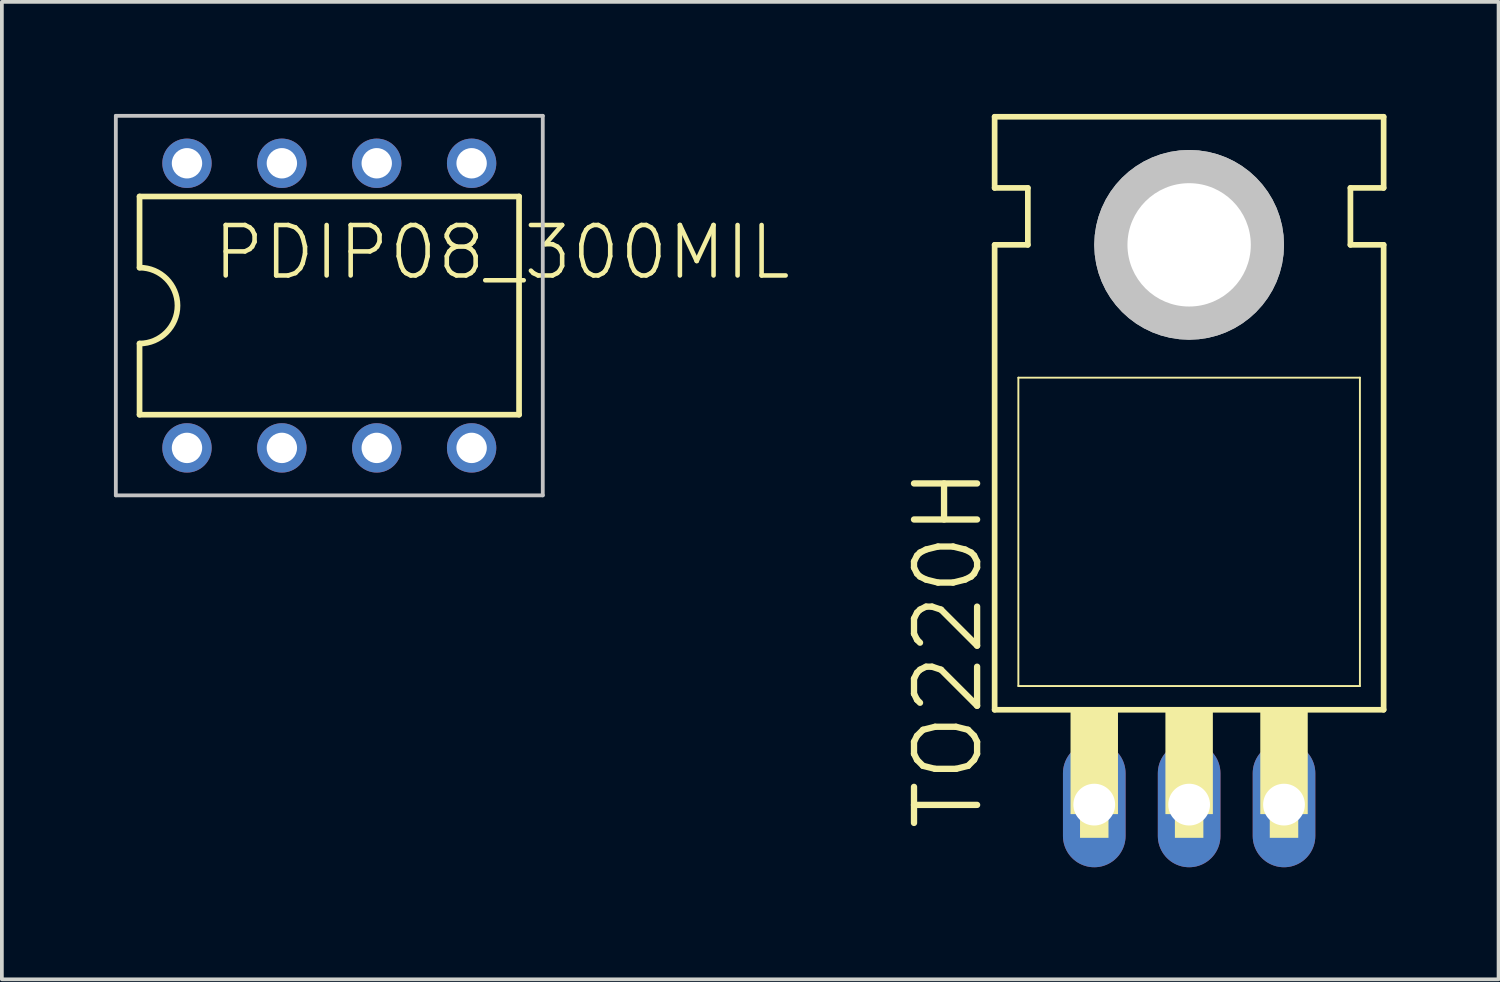
<source format=kicad_pcb>
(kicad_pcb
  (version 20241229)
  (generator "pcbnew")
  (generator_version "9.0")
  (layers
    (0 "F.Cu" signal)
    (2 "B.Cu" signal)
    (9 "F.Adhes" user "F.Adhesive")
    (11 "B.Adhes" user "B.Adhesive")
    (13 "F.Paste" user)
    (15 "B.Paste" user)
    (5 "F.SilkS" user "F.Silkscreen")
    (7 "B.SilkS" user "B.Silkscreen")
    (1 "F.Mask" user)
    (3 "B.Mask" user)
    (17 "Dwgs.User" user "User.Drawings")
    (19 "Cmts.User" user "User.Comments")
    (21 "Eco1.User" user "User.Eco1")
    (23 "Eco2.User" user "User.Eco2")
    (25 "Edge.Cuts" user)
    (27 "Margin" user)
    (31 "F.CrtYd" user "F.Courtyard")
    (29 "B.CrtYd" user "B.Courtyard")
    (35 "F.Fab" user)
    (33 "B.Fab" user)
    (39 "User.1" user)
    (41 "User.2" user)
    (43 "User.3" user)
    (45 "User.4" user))
  (footprint "PDIP08_300MIL"
    (layer "F.Cu")
    (at 5.766 5.131)
    (property "Reference" "PDIP08_300MIL" (at -3.175 -0.635 180) (layer "F.SilkS") (effects (font (size 1.351 1.351) (thickness 0.122)) (justify left bottom)))
    (attr through_hole)
    (fp_line (start -5.08 -2.921) (end -5.08 -1.016) (stroke (width 0.152) (type solid)) (layer "F.SilkS"))
    (fp_line (start -5.08 2.921) (end -5.08 1.016) (stroke (width 0.152) (type solid)) (layer "F.SilkS"))
    (fp_line (start -5.08 2.921) (end 5.08 2.921) (stroke (width 0.152) (type solid)) (layer "F.SilkS"))
    (fp_line (start 5.08 -2.921) (end -5.08 -2.921) (stroke (width 0.152) (type solid)) (layer "F.SilkS"))
    (fp_line (start 5.08 -2.921) (end 5.08 2.921) (stroke (width 0.152) (type solid)) (layer "F.SilkS"))
    (fp_arc (start -5.08 -1.016) (mid -4.064 0) (end -5.08 1.016) (stroke (width 0.1524) (type solid)) (layer "F.SilkS"))
    (fp_line (start -5.715 -5.08) (end 5.715 -5.08) (stroke (width 0.102) (type solid)) (layer "Dwgs.User"))
    (fp_line (start -5.715 5.08) (end -5.715 -5.08) (stroke (width 0.102) (type solid)) (layer "Dwgs.User"))
    (fp_line (start 5.715 -5.08) (end 5.715 5.08) (stroke (width 0.102) (type solid)) (layer "Dwgs.User"))
    (fp_line (start 5.715 5.08) (end -5.715 5.08) (stroke (width 0.102) (type solid)) (layer "Dwgs.User"))
    (pad "1" thru_hole circle (at -3.81 3.81 90) (size 1.321 1.321) (drill 0.813) (layers "*.Cu" "*.Mask"))
    (pad "2" thru_hole circle (at -1.27 3.81 90) (size 1.321 1.321) (drill 0.813) (layers "*.Cu" "*.Mask"))
    (pad "3" thru_hole circle (at 1.27 3.81 90) (size 1.321 1.321) (drill 0.813) (layers "*.Cu" "*.Mask"))
    (pad "4" thru_hole circle (at 3.81 3.81 90) (size 1.321 1.321) (drill 0.813) (layers "*.Cu" "*.Mask"))
    (pad "5" thru_hole circle (at 3.81 -3.81 90) (size 1.321 1.321) (drill 0.813) (layers "*.Cu" "*.Mask"))
    (pad "6" thru_hole circle (at 1.27 -3.81 90) (size 1.321 1.321) (drill 0.813) (layers "*.Cu" "*.Mask"))
    (pad "7" thru_hole circle (at -1.27 -3.81 90) (size 1.321 1.321) (drill 0.813) (layers "*.Cu" "*.Mask"))
    (pad "8" thru_hole circle (at -3.81 -3.81 90) (size 1.321 1.321) (drill 0.813) (layers "*.Cu" "*.Mask")))
  (footprint "TO220H"
    (layer "F.Cu")
    (at 28.785 8.331)
    (property "Reference" "TO220H" (at -5.461 10.922 270) (layer "F.SilkS") (effects (font (size 1.689 1.689) (thickness 0.169)) (justify left bottom)))
    (attr through_hole)
    (fp_line (start -5.207 -6.35) (end -5.207 -8.255) (stroke (width 0.152) (type solid)) (layer "F.SilkS"))
    (fp_line (start -5.207 -4.826) (end -4.318 -4.826) (stroke (width 0.152) (type solid)) (layer "F.SilkS"))
    (fp_line (start -5.207 7.62) (end -5.207 -4.826) (stroke (width 0.152) (type solid)) (layer "F.SilkS"))
    (fp_line (start -5.207 7.62) (end 5.207 7.62) (stroke (width 0.152) (type solid)) (layer "F.SilkS"))
    (fp_line (start -4.572 6.985) (end -4.572 -1.27) (stroke (width 0.051) (type solid)) (layer "F.SilkS"))
    (fp_line (start -4.572 6.985) (end 4.572 6.985) (stroke (width 0.051) (type solid)) (layer "F.SilkS"))
    (fp_line (start -4.318 -6.35) (end -5.207 -6.35) (stroke (width 0.152) (type solid)) (layer "F.SilkS"))
    (fp_line (start -4.318 -4.826) (end -4.318 -6.35) (stroke (width 0.152) (type solid)) (layer "F.SilkS"))
    (fp_line (start 4.318 -6.35) (end 5.207 -6.35) (stroke (width 0.152) (type solid)) (layer "F.SilkS"))
    (fp_line (start 4.318 -4.826) (end 4.318 -6.35) (stroke (width 0.152) (type solid)) (layer "F.SilkS"))
    (fp_line (start 4.572 -1.27) (end -4.572 -1.27) (stroke (width 0.051) (type solid)) (layer "F.SilkS"))
    (fp_line (start 4.572 -1.27) (end 4.572 6.985) (stroke (width 0.051) (type solid)) (layer "F.SilkS"))
    (fp_line (start 5.207 -8.255) (end -5.207 -8.255) (stroke (width 0.152) (type solid)) (layer "F.SilkS"))
    (fp_line (start 5.207 -6.35) (end 5.207 -8.255) (stroke (width 0.152) (type solid)) (layer "F.SilkS"))
    (fp_line (start 5.207 -4.826) (end 4.318 -4.826) (stroke (width 0.152) (type solid)) (layer "F.SilkS"))
    (fp_line (start 5.207 7.62) (end 5.207 -4.826) (stroke (width 0.152) (type solid)) (layer "F.SilkS"))
    (fp_circle (center 0 -4.826) (end 1.803 -4.826) (stroke (width 0.152) (type solid)) (fill no) (layer "F.SilkS"))
    (fp_poly (pts (xy -3.175 10.414) (xy -1.905 10.414) (xy -1.905 7.62) (xy -3.175 7.62)) (stroke (width 0) (type solid)) (fill yes) (layer "F.SilkS"))
    (fp_poly (pts (xy -2.921 11.049) (xy -2.159 11.049) (xy -2.159 10.414) (xy -2.921 10.414)) (stroke (width 0) (type solid)) (fill yes) (layer "F.SilkS"))
    (fp_poly (pts (xy -0.635 10.414) (xy 0.635 10.414) (xy 0.635 7.62) (xy -0.635 7.62)) (stroke (width 0) (type solid)) (fill yes) (layer "F.SilkS"))
    (fp_poly (pts (xy -0.381 11.049) (xy 0.381 11.049) (xy 0.381 10.414) (xy -0.381 10.414)) (stroke (width 0) (type solid)) (fill yes) (layer "F.SilkS"))
    (fp_poly (pts (xy 1.905 10.414) (xy 3.175 10.414) (xy 3.175 7.62) (xy 1.905 7.62)) (stroke (width 0) (type solid)) (fill yes) (layer "F.SilkS"))
    (fp_poly (pts (xy 2.159 11.049) (xy 2.921 11.049) (xy 2.921 10.414) (xy 2.159 10.414)) (stroke (width 0) (type solid)) (fill yes) (layer "F.SilkS"))
    (fp_circle (center 0 -4.826) (end 1.27 -4.826) (stroke (width 2.54) (type solid)) (fill no) (layer "Dwgs.User"))
    (fp_circle (center 0 -4.826) (end 1.27 -4.826) (stroke (width 2.54) (type solid)) (fill no) (layer "Dwgs.User"))
    (pad "" np_thru_hole circle (at 0 -4.826) (size 3.302 3.302) (drill 3.302) (layers "*.Cu" "*.Mask"))
    (pad "1" thru_hole oval (at -2.54 10.16 90) (size 3.353 1.676) (drill 1.118) (layers "*.Cu" "*.Mask"))
    (pad "2" thru_hole oval (at 0 10.16 90) (size 3.353 1.676) (drill 1.118) (layers "*.Cu" "*.Mask"))
    (pad "3" thru_hole oval (at 2.54 10.16 90) (size 3.353 1.676) (drill 1.118) (layers "*.Cu" "*.Mask")))
  (gr_rect
    (start -3 -3)
    (end 37.069 23.168)
    (stroke (width 0.1) (type default))
    (fill no)
    (layer "Edge.Cuts")))
</source>
